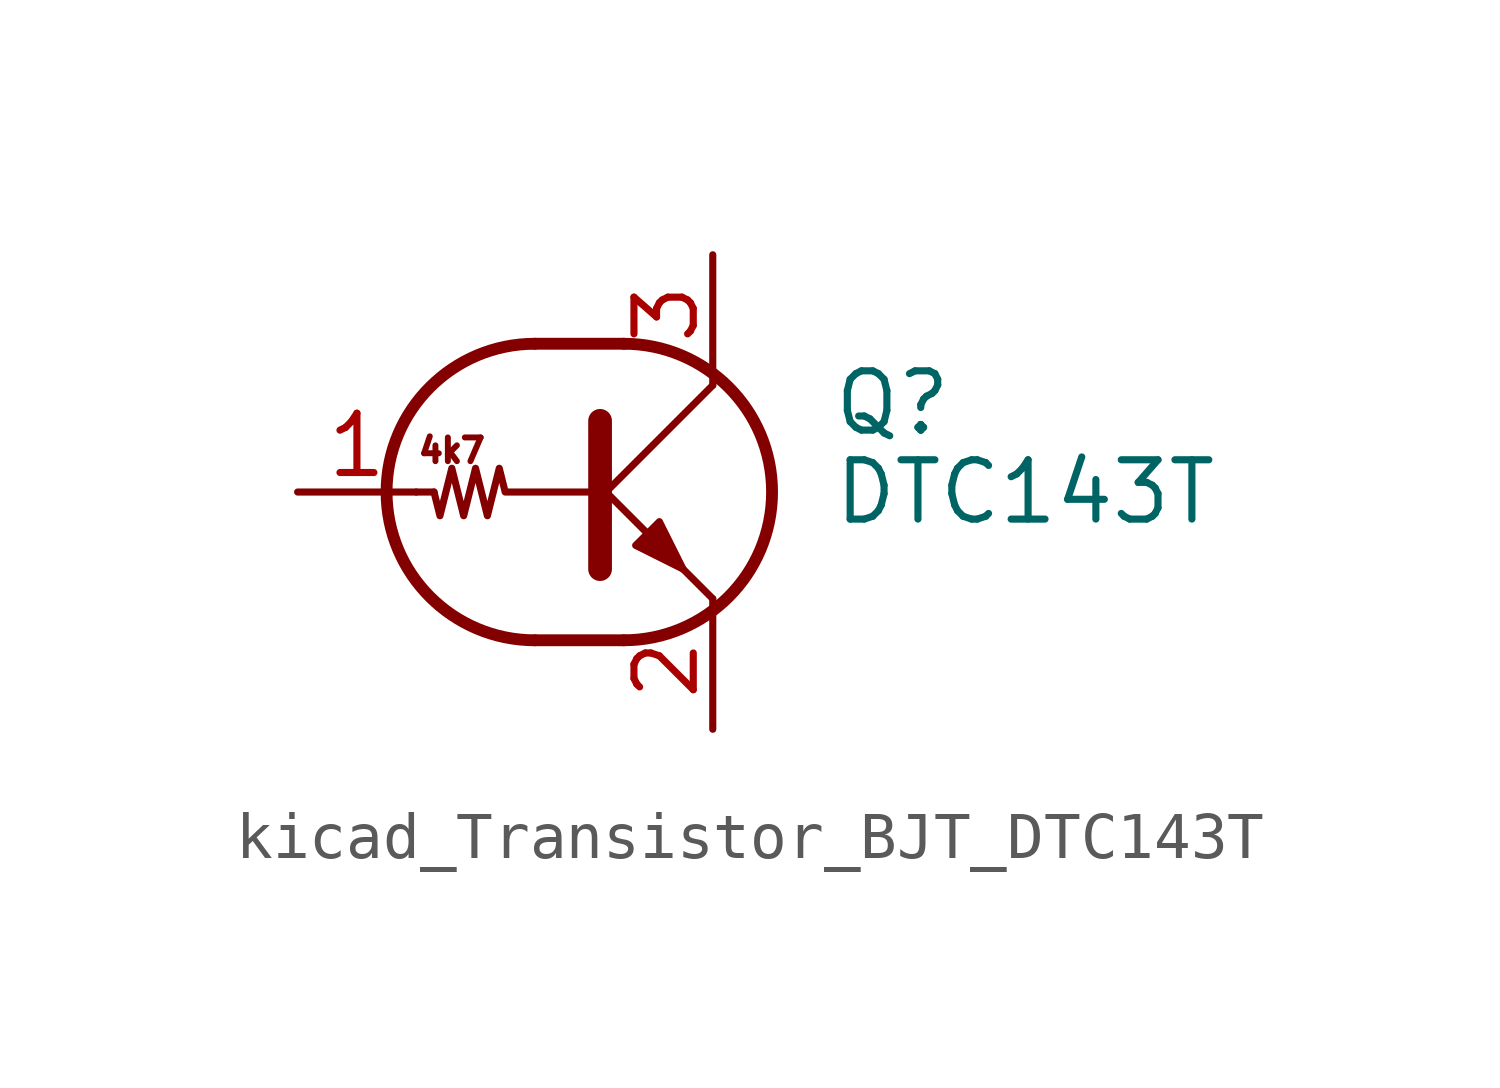
<source format=kicad_sym>
(kicad_symbol_lib
  (version 20220914)
  (generator kicad_symbol_editor)
  (symbol "kicad_Transistor_BJT_DTC143T"
    (pin_names
      (offset 0) hide)
    (property "Reference" "Q"
      (at 5.08 1.905 0)
      (effects (font (size 1.27 1.27)) (justify left)))
    (property "Value" "DTC143T"
      (at 5.08 0 0)
      (effects (font (size 1.27 1.27)) (justify left)))
    (symbol "kicad_Transistor_BJT_DTC143T_0_0"
      (polyline (pts (xy 2.54 -2.286) (xy 2.54 -2.54)) (stroke (width 0) (type default)) (fill (type none)))
      (text "4k7" (at -3.048 0.889 0) (effects (font (size 0.508 0.508)))))
    (symbol "kicad_Transistor_BJT_DTC143T_0_1"
      (arc (start -1.27 3.175) (mid -4.4312 0) (end -1.27 -3.175) (stroke (width 0.254) (type default)) (fill (type none)))
      (polyline (pts (xy -3.429 0) (xy -3.81 0)) (stroke (width 0) (type default)) (fill (type none)))
      (polyline (pts (xy -1.27 -3.175) (xy 0.635 -3.175)) (stroke (width 0.254) (type default)) (fill (type none)))
      (polyline (pts (xy -1.27 3.175) (xy 0.635 3.175)) (stroke (width 0.254) (type default)) (fill (type none)))
      (polyline (pts (xy 0 -0.254) (xy 2.54 2.286)) (stroke (width 0) (type default)) (fill (type none)))
      (polyline (pts (xy 0.127 1.524) (xy 0.127 -1.651)) (stroke (width 0.508) (type default)) (fill (type outline)))
      (polyline (pts (xy 2.54 2.286) (xy 2.54 2.54)) (stroke (width 0) (type default)) (fill (type none)))
      (polyline (pts (xy 2.54 -2.286) (xy 0 0.254) (xy 0 0.254)) (stroke (width 0) (type default)) (fill (type none)))
      (polyline (pts (xy 0.889 -1.143) (xy 1.397 -0.635) (xy 1.905 -1.651) (xy 0.889 -1.143)) (stroke (width 0) (type default)) (fill (type outline)))
      (polyline (pts (xy 0 0) (xy -1.905 0) (xy -2.032 0.508) (xy -2.286 -0.508) (xy -2.54 0.508) (xy -2.794 -0.508) (xy -3.048 0.508) (xy -3.302 -0.508) (xy -3.429 0)) (stroke (width 0) (type default)) (fill (type none)))
      (arc (start 0.635 -3.175) (mid 3.7962 0) (end 0.635 3.175) (stroke (width 0.254) (type default)) (fill (type none))))
    (symbol "kicad_Transistor_BJT_DTC143T_1_1"
      (pin input line (at -6.35 0 0) (length 2.54) (name "B" (effects (font (size 1.27 1.27)))) (number "1" (effects (font (size 1.27 1.27)))))
      (pin passive line (at 2.54 -5.08 90) (length 2.54) (name "E" (effects (font (size 1.27 1.27)))) (number "2" (effects (font (size 1.27 1.27)))))
      (pin passive line (at 2.54 5.08 270) (length 2.54) (name "C" (effects (font (size 1.27 1.27)))) (number "3" (effects (font (size 1.27 1.27))))))))
</source>
